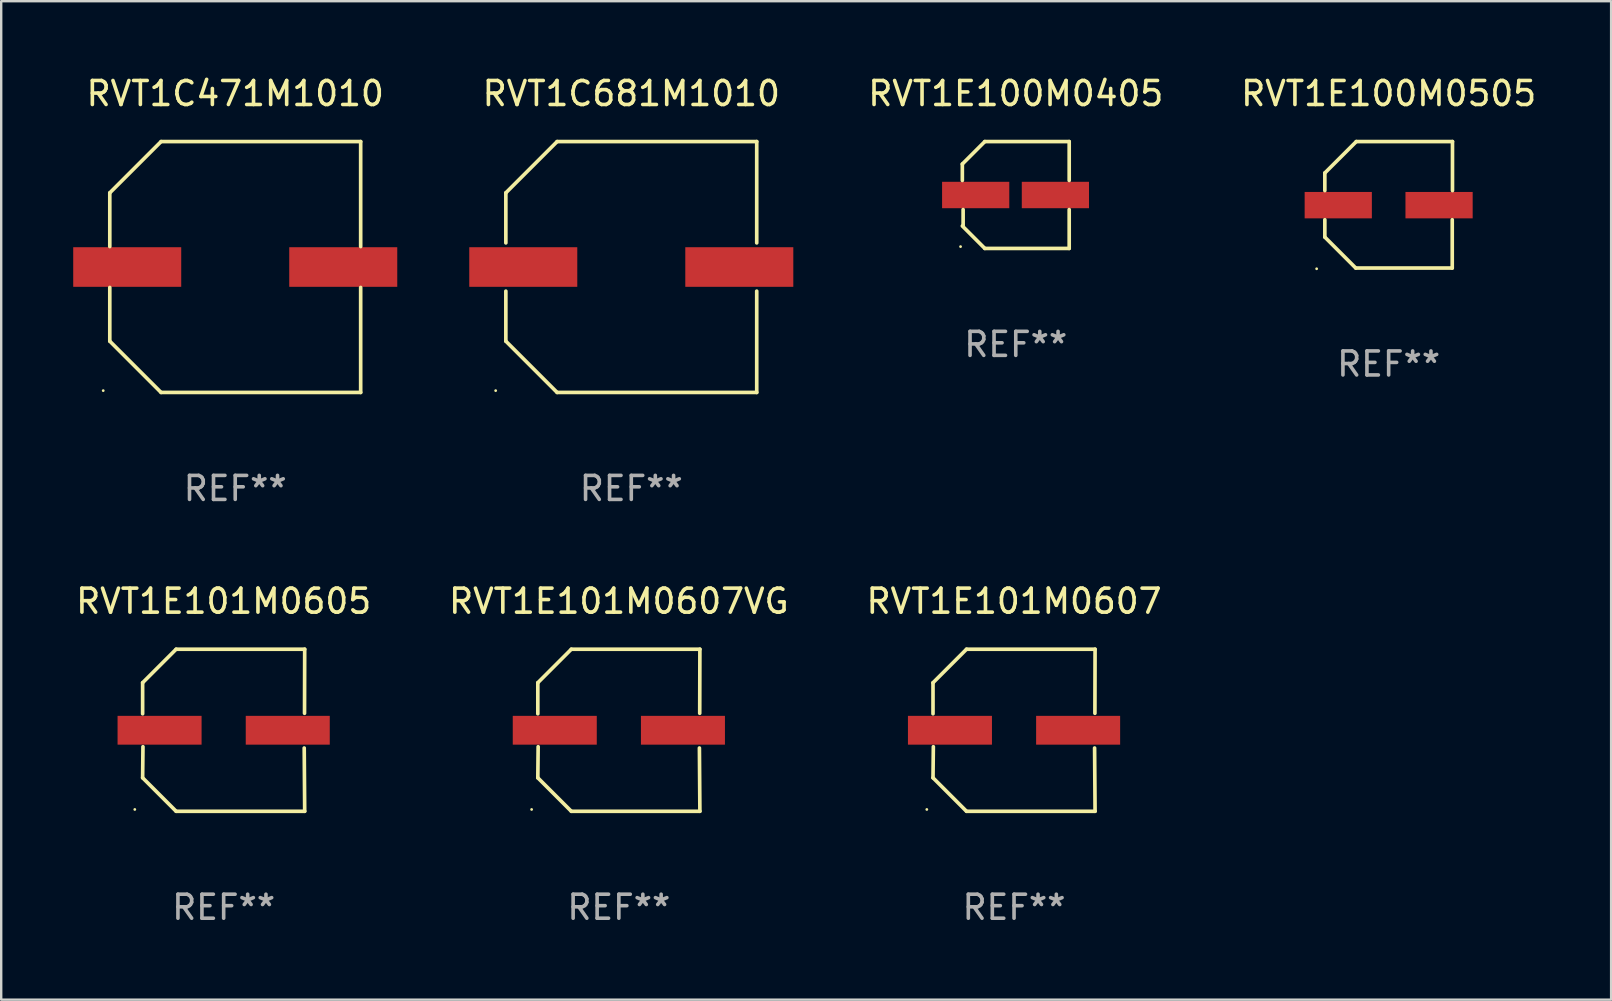
<source format=kicad_pcb>
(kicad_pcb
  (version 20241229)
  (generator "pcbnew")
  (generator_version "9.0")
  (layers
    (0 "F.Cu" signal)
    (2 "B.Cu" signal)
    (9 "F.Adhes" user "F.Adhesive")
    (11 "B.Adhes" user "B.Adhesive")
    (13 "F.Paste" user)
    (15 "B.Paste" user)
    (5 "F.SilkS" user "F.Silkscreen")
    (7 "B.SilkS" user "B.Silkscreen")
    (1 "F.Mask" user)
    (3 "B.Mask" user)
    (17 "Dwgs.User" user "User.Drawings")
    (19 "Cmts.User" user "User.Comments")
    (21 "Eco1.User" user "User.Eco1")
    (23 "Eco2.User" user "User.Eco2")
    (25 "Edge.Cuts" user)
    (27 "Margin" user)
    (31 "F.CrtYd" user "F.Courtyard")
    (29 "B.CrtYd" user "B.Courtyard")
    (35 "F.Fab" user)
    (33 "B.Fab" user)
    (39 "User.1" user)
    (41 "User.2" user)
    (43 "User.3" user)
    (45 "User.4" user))
  (footprint "RVT1E101M0607"
    (layer "F.Cu")
    (at 39.196 27.373)
    (property "Reference" "RVT1E101M0607" (at 0 -5.376 0) (layer "F.SilkS") (effects (font (size 1 1) (thickness 0.15))))
    (attr through_hole)
    (fp_line (start -3.376 -1.98) (end -3.376 -0.686) (stroke (width 0.152) (type solid)) (layer "F.SilkS"))
    (fp_line (start -3.376 1.981) (end -3.362 0.686) (stroke (width 0.152) (type solid)) (layer "F.SilkS"))
    (fp_line (start -1.981 3.376) (end -3.376 1.981) (stroke (width 0.152) (type solid)) (layer "F.SilkS"))
    (fp_line (start -1.98 -3.376) (end -3.376 -1.98) (stroke (width 0.152) (type solid)) (layer "F.SilkS"))
    (fp_line (start 3.356 0.74) (end 3.376 3.376) (stroke (width 0.152) (type solid)) (layer "F.SilkS"))
    (fp_line (start 3.369 -0.707) (end 3.376 -3.376) (stroke (width 0.152) (type solid)) (layer "F.SilkS"))
    (fp_line (start 3.376 3.376) (end -1.981 3.376) (stroke (width 0.152) (type solid)) (layer "F.SilkS"))
    (fp_line (start 3.376 -3.376) (end -1.98 -3.376) (stroke (width 0.152) (type solid)) (layer "F.SilkS"))
    (fp_circle (center -3.634 3.3) (end -3.604 3.3) (stroke (width 0.06) (type solid)) (fill no) (layer "F.SilkS"))
    (fp_text user "REF**" (at 0 7.376 0) (layer "F.Fab") (effects (font (size 1 1) (thickness 0.15))))
    (pad "1" smd rect (at -2.67 0.000254) (size 3.5 1.2) (layers "F.Cu" "F.Mask" "F.Paste"))
    (pad "2" smd rect (at 2.67 0.000254) (size 3.5 1.2) (layers "F.Cu" "F.Mask" "F.Paste")))
  (footprint "RVT1E100M0405"
    (layer "F.Cu")
    (at 39.268 5.074)
    (property "Reference" "RVT1E100M0405" (at 0 -4.226 0) (layer "F.SilkS") (effects (font (size 1 1) (thickness 0.15))))
    (attr through_hole)
    (fp_line (start -2.226 -1.29) (end -2.226 -0.607) (stroke (width 0.152) (type solid)) (layer "F.SilkS"))
    (fp_line (start -2.193 1.29) (end -2.193 0.607) (stroke (width 0.152) (type solid)) (layer "F.SilkS"))
    (fp_line (start -1.29 2.226) (end -2.226 1.29) (stroke (width 0.152) (type solid)) (layer "F.SilkS"))
    (fp_line (start -1.29 -2.226) (end -2.226 -1.29) (stroke (width 0.152) (type solid)) (layer "F.SilkS"))
    (fp_line (start 2.226 -2.226) (end -1.29 -2.226) (stroke (width 0.152) (type solid)) (layer "F.SilkS"))
    (fp_line (start 2.226 -0.607) (end 2.226 -2.226) (stroke (width 0.152) (type solid)) (layer "F.SilkS"))
    (fp_line (start 2.226 0.607) (end 2.226 2.226) (stroke (width 0.152) (type solid)) (layer "F.SilkS"))
    (fp_line (start 2.226 2.226) (end -1.29 2.226) (stroke (width 0.152) (type solid)) (layer "F.SilkS"))
    (fp_circle (center -2.3 2.15) (end -2.27 2.15) (stroke (width 0.06) (type solid)) (fill no) (layer "F.SilkS"))
    (fp_text user "REF**" (at 0 6.226 0) (layer "F.Fab") (effects (font (size 1 1) (thickness 0.15))))
    (pad "1" smd rect (at -1.67 -0.000025) (size 2.8 1.1) (layers "F.Cu" "F.Mask" "F.Paste"))
    (pad "2" smd rect (at 1.651 -0.000025) (size 2.8 1.1) (layers "F.Cu" "F.Mask" "F.Paste")))
  (footprint "RVT1C471M1010"
    (layer "F.Cu")
    (at 6.75 8.074)
    (property "Reference" "RVT1C471M1010" (at 0 -7.226 0) (layer "F.SilkS") (effects (font (size 1 1) (thickness 0.15))))
    (attr through_hole)
    (fp_line (start -5.226 -3.09) (end -5.226 -0.852) (stroke (width 0.152) (type solid)) (layer "F.SilkS"))
    (fp_line (start -5.226 3.09) (end -5.226 0.852) (stroke (width 0.152) (type solid)) (layer "F.SilkS"))
    (fp_line (start -3.09 -5.226) (end -5.226 -3.09) (stroke (width 0.152) (type solid)) (layer "F.SilkS"))
    (fp_line (start -3.09 5.226) (end -5.226 3.09) (stroke (width 0.152) (type solid)) (layer "F.SilkS"))
    (fp_line (start 5.226 -5.226) (end -3.09 -5.226) (stroke (width 0.152) (type solid)) (layer "F.SilkS"))
    (fp_line (start 5.226 -0.852) (end 5.226 -5.226) (stroke (width 0.152) (type solid)) (layer "F.SilkS"))
    (fp_line (start 5.226 0.852) (end 5.226 5.226) (stroke (width 0.152) (type solid)) (layer "F.SilkS"))
    (fp_line (start 5.226 5.226) (end -3.09 5.226) (stroke (width 0.152) (type solid)) (layer "F.SilkS"))
    (fp_circle (center -5.5 5.15) (end -5.47 5.15) (stroke (width 0.06) (type solid)) (fill no) (layer "F.SilkS"))
    (fp_text user "REF**" (at 0 9.226 0) (layer "F.Fab") (effects (font (size 1 1) (thickness 0.15))))
    (pad "1" smd rect (at -4.5 -0.000025) (size 4.5 1.65) (layers "F.Cu" "F.Mask" "F.Paste"))
    (pad "2" smd rect (at 4.5 -0.000025) (size 4.5 1.65) (layers "F.Cu" "F.Mask" "F.Paste")))
  (footprint "RVT1E101M0605"
    (layer "F.Cu")
    (at 6.268 27.373)
    (property "Reference" "RVT1E101M0605" (at 0 -5.376 0) (layer "F.SilkS") (effects (font (size 1 1) (thickness 0.15))))
    (attr through_hole)
    (fp_line (start -3.376 -1.98) (end -3.376 -0.686) (stroke (width 0.152) (type solid)) (layer "F.SilkS"))
    (fp_line (start -3.376 1.981) (end -3.362 0.686) (stroke (width 0.152) (type solid)) (layer "F.SilkS"))
    (fp_line (start -1.981 3.376) (end -3.376 1.981) (stroke (width 0.152) (type solid)) (layer "F.SilkS"))
    (fp_line (start -1.98 -3.376) (end -3.376 -1.98) (stroke (width 0.152) (type solid)) (layer "F.SilkS"))
    (fp_line (start 3.356 0.74) (end 3.376 3.376) (stroke (width 0.152) (type solid)) (layer "F.SilkS"))
    (fp_line (start 3.369 -0.707) (end 3.376 -3.376) (stroke (width 0.152) (type solid)) (layer "F.SilkS"))
    (fp_line (start 3.376 3.376) (end -1.981 3.376) (stroke (width 0.152) (type solid)) (layer "F.SilkS"))
    (fp_line (start 3.376 -3.376) (end -1.98 -3.376) (stroke (width 0.152) (type solid)) (layer "F.SilkS"))
    (fp_circle (center -3.702 3.3) (end -3.672 3.3) (stroke (width 0.06) (type solid)) (fill no) (layer "F.SilkS"))
    (fp_text user "REF**" (at 0 7.376 0) (layer "F.Fab") (effects (font (size 1 1) (thickness 0.15))))
    (pad "1" smd rect (at -2.67 0.000203) (size 3.5 1.2) (layers "F.Cu" "F.Mask" "F.Paste"))
    (pad "2" smd rect (at 2.67 0.000203) (size 3.5 1.2) (layers "F.Cu" "F.Mask" "F.Paste")))
  (footprint "RVT1E101M0607VG"
    (layer "F.Cu")
    (at 22.732 27.373)
    (property "Reference" "RVT1E101M0607VG" (at 0 -5.376 0) (layer "F.SilkS") (effects (font (size 1 1) (thickness 0.15))))
    (attr through_hole)
    (fp_line (start -3.376 -1.98) (end -3.376 -0.686) (stroke (width 0.152) (type solid)) (layer "F.SilkS"))
    (fp_line (start -3.376 1.981) (end -3.362 0.686) (stroke (width 0.152) (type solid)) (layer "F.SilkS"))
    (fp_line (start -1.981 3.376) (end -3.376 1.981) (stroke (width 0.152) (type solid)) (layer "F.SilkS"))
    (fp_line (start -1.98 -3.376) (end -3.376 -1.98) (stroke (width 0.152) (type solid)) (layer "F.SilkS"))
    (fp_line (start 3.356 0.74) (end 3.376 3.376) (stroke (width 0.152) (type solid)) (layer "F.SilkS"))
    (fp_line (start 3.369 -0.707) (end 3.376 -3.376) (stroke (width 0.152) (type solid)) (layer "F.SilkS"))
    (fp_line (start 3.376 3.376) (end -1.981 3.376) (stroke (width 0.152) (type solid)) (layer "F.SilkS"))
    (fp_line (start 3.376 -3.376) (end -1.98 -3.376) (stroke (width 0.152) (type solid)) (layer "F.SilkS"))
    (fp_circle (center -3.634 3.3) (end -3.604 3.3) (stroke (width 0.06) (type solid)) (fill no) (layer "F.SilkS"))
    (fp_text user "REF**" (at 0 7.376 0) (layer "F.Fab") (effects (font (size 1 1) (thickness 0.15))))
    (pad "1" smd rect (at -2.67 0.000254) (size 3.5 1.2) (layers "F.Cu" "F.Mask" "F.Paste"))
    (pad "2" smd rect (at 2.67 0.000254) (size 3.5 1.2) (layers "F.Cu" "F.Mask" "F.Paste")))
  (footprint "RVT1C681M1010"
    (layer "F.Cu")
    (at 23.25 8.074)
    (property "Reference" "RVT1C681M1010" (at 0 -7.226 0) (layer "F.SilkS") (effects (font (size 1 1) (thickness 0.15))))
    (attr through_hole)
    (fp_line (start -5.226 -3.09) (end -5.226 -1.005) (stroke (width 0.152) (type solid)) (layer "F.SilkS"))
    (fp_line (start -5.226 1.005) (end -5.226 3.09) (stroke (width 0.152) (type solid)) (layer "F.SilkS"))
    (fp_line (start -3.09 -5.226) (end -5.226 -3.09) (stroke (width 0.152) (type solid)) (layer "F.SilkS"))
    (fp_line (start -3.09 5.226) (end -5.226 3.09) (stroke (width 0.152) (type solid)) (layer "F.SilkS"))
    (fp_line (start 5.226 -5.226) (end -3.09 -5.226) (stroke (width 0.152) (type solid)) (layer "F.SilkS"))
    (fp_line (start 5.226 -1.005) (end 5.226 -5.226) (stroke (width 0.152) (type solid)) (layer "F.SilkS"))
    (fp_line (start 5.226 5.226) (end -3.09 5.226) (stroke (width 0.152) (type solid)) (layer "F.SilkS"))
    (fp_line (start 5.226 5.226) (end 5.226 1.005) (stroke (width 0.152) (type solid)) (layer "F.SilkS"))
    (fp_circle (center -5.65 5.15) (end -5.62 5.15) (stroke (width 0.06) (type solid)) (fill no) (layer "F.SilkS"))
    (fp_text user "REF**" (at 0 9.226 0) (layer "F.Fab") (effects (font (size 1 1) (thickness 0.15))))
    (pad "1" smd rect (at -4.5 0) (size 4.5 1.65) (layers "F.Cu" "F.Mask" "F.Paste"))
    (pad "2" smd rect (at 4.5 0) (size 4.5 1.65) (layers "F.Cu" "F.Mask" "F.Paste")))
  (footprint "RVT1E100M0505"
    (layer "F.Cu")
    (at 54.803 5.482)
    (property "Reference" "RVT1E100M0505" (at 0 -4.634 0) (layer "F.SilkS") (effects (font (size 1 1) (thickness 0.15))))
    (attr through_hole)
    (fp_line (start -2.659 -1.326) (end -2.659 -0.592) (stroke (width 0.152) (type solid)) (layer "F.SilkS"))
    (fp_line (start -2.659 1.346) (end -2.659 0.622) (stroke (width 0.152) (type solid)) (layer "F.SilkS"))
    (fp_line (start -1.372 2.634) (end -2.659 1.346) (stroke (width 0.152) (type solid)) (layer "F.SilkS"))
    (fp_line (start -1.349 -2.634) (end -2.659 -1.326) (stroke (width 0.152) (type solid)) (layer "F.SilkS"))
    (fp_line (start 2.649 0.622) (end 2.649 2.634) (stroke (width 0.152) (type solid)) (layer "F.SilkS"))
    (fp_line (start 2.649 2.634) (end -1.372 2.634) (stroke (width 0.152) (type solid)) (layer "F.SilkS"))
    (fp_line (start 2.659 -2.634) (end -1.349 -2.634) (stroke (width 0.152) (type solid)) (layer "F.SilkS"))
    (fp_line (start 2.659 -0.592) (end 2.659 -2.634) (stroke (width 0.152) (type solid)) (layer "F.SilkS"))
    (fp_circle (center -3 2.665) (end -2.97 2.665) (stroke (width 0.06) (type solid)) (fill no) (layer "F.SilkS"))
    (fp_text user "REF**" (at 0 6.634 0) (layer "F.Fab") (effects (font (size 1 1) (thickness 0.15))))
    (pad "1" smd rect (at -2.1 0.015) (size 2.8 1.1) (layers "F.Cu" "F.Mask" "F.Paste"))
    (pad "2" smd rect (at 2.1 0.015) (size 2.8 1.1) (layers "F.Cu" "F.Mask" "F.Paste")))
  (gr_rect
    (start -3 -3)
    (end 64.071 38.597)
    (stroke (width 0.1) (type default))
    (fill no)
    (layer "Edge.Cuts")))
</source>
